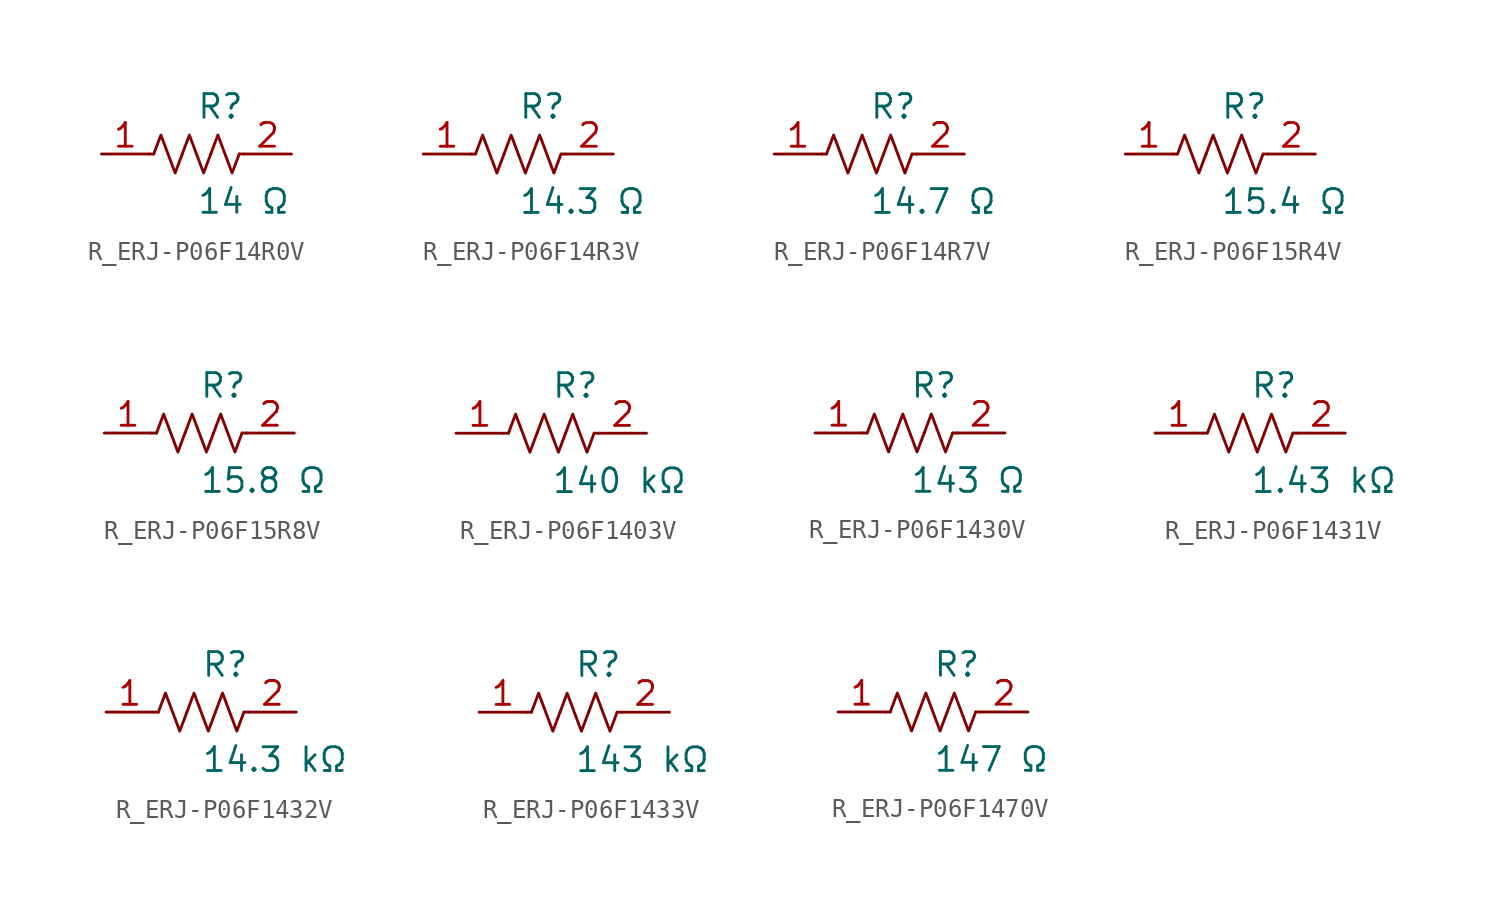
<source format=kicad_sym>
(kicad_symbol_lib
  (version 20231120)
  (generator kicad_symbol_editor)
  (generator_version 8.0)
  (symbol "R_ERJ-P06F14R0V"
    (pin_names
      (offset 0.254))
    (property "Reference" "R"
      (at 0.0 2.54 0)
      (effects (font (size 1.27 1.27)) (justify left)))
    (property "Value" "14 Ω"
      (at 0.0 -2.54 0)
      (effects (font (size 1.27 1.27)) (justify left)))
    (symbol "R_ERJ-P06F14R0V_0_1"
      (polyline (pts (xy 2.286 0) (xy 2.54 0)) (stroke (width 0) (type default)) (fill (type none)))
      (polyline (pts (xy -2.286 0) (xy -2.54 0)) (stroke (width 0) (type default)) (fill (type none)))
      (polyline (pts (xy 0.762 0) (xy 1.143 1.016) (xy 1.524 0) (xy 1.905 -1.016) (xy 2.286 0)) (stroke (width 0) (type default)) (fill (type none)))
      (polyline (pts (xy -0.762 0) (xy -0.381 1.016) (xy 0 0) (xy 0.381 -1.016) (xy 0.762 0)) (stroke (width 0) (type default)) (fill (type none)))
      (polyline (pts (xy -2.286 0) (xy -1.905 1.016) (xy -1.524 0) (xy -1.143 -1.016) (xy -0.762 0)) (stroke (width 0) (type default)) (fill (type none))))
    (pin unspecified line
      (at -5.08 0 0)
      (length 2.54)
      (name "" (effects (font (size 1.27 1.27))))
      (number "1" (effects (font (size 1.27 1.27)))))
    (pin unspecified line
      (at 5.08 0 180)
      (length 2.54)
      (name "" (effects (font (size 1.27 1.27))))
      (number "2" (effects (font (size 1.27 1.27))))))
  (symbol "R_ERJ-P06F14R3V"
    (pin_names
      (offset 0.254))
    (property "Reference" "R"
      (at 0.0 2.54 0)
      (effects (font (size 1.27 1.27)) (justify left)))
    (property "Value" "14.3 Ω"
      (at 0.0 -2.54 0)
      (effects (font (size 1.27 1.27)) (justify left)))
    (symbol "R_ERJ-P06F14R3V_0_1"
      (polyline (pts (xy 2.286 0) (xy 2.54 0)) (stroke (width 0) (type default)) (fill (type none)))
      (polyline (pts (xy -2.286 0) (xy -2.54 0)) (stroke (width 0) (type default)) (fill (type none)))
      (polyline (pts (xy 0.762 0) (xy 1.143 1.016) (xy 1.524 0) (xy 1.905 -1.016) (xy 2.286 0)) (stroke (width 0) (type default)) (fill (type none)))
      (polyline (pts (xy -0.762 0) (xy -0.381 1.016) (xy 0 0) (xy 0.381 -1.016) (xy 0.762 0)) (stroke (width 0) (type default)) (fill (type none)))
      (polyline (pts (xy -2.286 0) (xy -1.905 1.016) (xy -1.524 0) (xy -1.143 -1.016) (xy -0.762 0)) (stroke (width 0) (type default)) (fill (type none))))
    (pin unspecified line
      (at -5.08 0 0)
      (length 2.54)
      (name "" (effects (font (size 1.27 1.27))))
      (number "1" (effects (font (size 1.27 1.27)))))
    (pin unspecified line
      (at 5.08 0 180)
      (length 2.54)
      (name "" (effects (font (size 1.27 1.27))))
      (number "2" (effects (font (size 1.27 1.27))))))
  (symbol "R_ERJ-P06F14R7V"
    (pin_names
      (offset 0.254))
    (property "Reference" "R"
      (at 0.0 2.54 0)
      (effects (font (size 1.27 1.27)) (justify left)))
    (property "Value" "14.7 Ω"
      (at 0.0 -2.54 0)
      (effects (font (size 1.27 1.27)) (justify left)))
    (symbol "R_ERJ-P06F14R7V_0_1"
      (polyline (pts (xy 2.286 0) (xy 2.54 0)) (stroke (width 0) (type default)) (fill (type none)))
      (polyline (pts (xy -2.286 0) (xy -2.54 0)) (stroke (width 0) (type default)) (fill (type none)))
      (polyline (pts (xy 0.762 0) (xy 1.143 1.016) (xy 1.524 0) (xy 1.905 -1.016) (xy 2.286 0)) (stroke (width 0) (type default)) (fill (type none)))
      (polyline (pts (xy -0.762 0) (xy -0.381 1.016) (xy 0 0) (xy 0.381 -1.016) (xy 0.762 0)) (stroke (width 0) (type default)) (fill (type none)))
      (polyline (pts (xy -2.286 0) (xy -1.905 1.016) (xy -1.524 0) (xy -1.143 -1.016) (xy -0.762 0)) (stroke (width 0) (type default)) (fill (type none))))
    (pin unspecified line
      (at -5.08 0 0)
      (length 2.54)
      (name "" (effects (font (size 1.27 1.27))))
      (number "1" (effects (font (size 1.27 1.27)))))
    (pin unspecified line
      (at 5.08 0 180)
      (length 2.54)
      (name "" (effects (font (size 1.27 1.27))))
      (number "2" (effects (font (size 1.27 1.27))))))
  (symbol "R_ERJ-P06F15R4V"
    (pin_names
      (offset 0.254))
    (property "Reference" "R"
      (at 0.0 2.54 0)
      (effects (font (size 1.27 1.27)) (justify left)))
    (property "Value" "15.4 Ω"
      (at 0.0 -2.54 0)
      (effects (font (size 1.27 1.27)) (justify left)))
    (symbol "R_ERJ-P06F15R4V_0_1"
      (polyline (pts (xy 2.286 0) (xy 2.54 0)) (stroke (width 0) (type default)) (fill (type none)))
      (polyline (pts (xy -2.286 0) (xy -2.54 0)) (stroke (width 0) (type default)) (fill (type none)))
      (polyline (pts (xy 0.762 0) (xy 1.143 1.016) (xy 1.524 0) (xy 1.905 -1.016) (xy 2.286 0)) (stroke (width 0) (type default)) (fill (type none)))
      (polyline (pts (xy -0.762 0) (xy -0.381 1.016) (xy 0 0) (xy 0.381 -1.016) (xy 0.762 0)) (stroke (width 0) (type default)) (fill (type none)))
      (polyline (pts (xy -2.286 0) (xy -1.905 1.016) (xy -1.524 0) (xy -1.143 -1.016) (xy -0.762 0)) (stroke (width 0) (type default)) (fill (type none))))
    (pin unspecified line
      (at -5.08 0 0)
      (length 2.54)
      (name "" (effects (font (size 1.27 1.27))))
      (number "1" (effects (font (size 1.27 1.27)))))
    (pin unspecified line
      (at 5.08 0 180)
      (length 2.54)
      (name "" (effects (font (size 1.27 1.27))))
      (number "2" (effects (font (size 1.27 1.27))))))
  (symbol "R_ERJ-P06F15R8V"
    (pin_names
      (offset 0.254))
    (property "Reference" "R"
      (at 0.0 2.54 0)
      (effects (font (size 1.27 1.27)) (justify left)))
    (property "Value" "15.8 Ω"
      (at 0.0 -2.54 0)
      (effects (font (size 1.27 1.27)) (justify left)))
    (symbol "R_ERJ-P06F15R8V_0_1"
      (polyline (pts (xy 2.286 0) (xy 2.54 0)) (stroke (width 0) (type default)) (fill (type none)))
      (polyline (pts (xy -2.286 0) (xy -2.54 0)) (stroke (width 0) (type default)) (fill (type none)))
      (polyline (pts (xy 0.762 0) (xy 1.143 1.016) (xy 1.524 0) (xy 1.905 -1.016) (xy 2.286 0)) (stroke (width 0) (type default)) (fill (type none)))
      (polyline (pts (xy -0.762 0) (xy -0.381 1.016) (xy 0 0) (xy 0.381 -1.016) (xy 0.762 0)) (stroke (width 0) (type default)) (fill (type none)))
      (polyline (pts (xy -2.286 0) (xy -1.905 1.016) (xy -1.524 0) (xy -1.143 -1.016) (xy -0.762 0)) (stroke (width 0) (type default)) (fill (type none))))
    (pin unspecified line
      (at -5.08 0 0)
      (length 2.54)
      (name "" (effects (font (size 1.27 1.27))))
      (number "1" (effects (font (size 1.27 1.27)))))
    (pin unspecified line
      (at 5.08 0 180)
      (length 2.54)
      (name "" (effects (font (size 1.27 1.27))))
      (number "2" (effects (font (size 1.27 1.27))))))
  (symbol "R_ERJ-P06F1403V"
    (pin_names
      (offset 0.254))
    (property "Reference" "R"
      (at 0.0 2.54 0)
      (effects (font (size 1.27 1.27)) (justify left)))
    (property "Value" "140 kΩ"
      (at 0.0 -2.54 0)
      (effects (font (size 1.27 1.27)) (justify left)))
    (symbol "R_ERJ-P06F1403V_0_1"
      (polyline (pts (xy 2.286 0) (xy 2.54 0)) (stroke (width 0) (type default)) (fill (type none)))
      (polyline (pts (xy -2.286 0) (xy -2.54 0)) (stroke (width 0) (type default)) (fill (type none)))
      (polyline (pts (xy 0.762 0) (xy 1.143 1.016) (xy 1.524 0) (xy 1.905 -1.016) (xy 2.286 0)) (stroke (width 0) (type default)) (fill (type none)))
      (polyline (pts (xy -0.762 0) (xy -0.381 1.016) (xy 0 0) (xy 0.381 -1.016) (xy 0.762 0)) (stroke (width 0) (type default)) (fill (type none)))
      (polyline (pts (xy -2.286 0) (xy -1.905 1.016) (xy -1.524 0) (xy -1.143 -1.016) (xy -0.762 0)) (stroke (width 0) (type default)) (fill (type none))))
    (pin unspecified line
      (at -5.08 0 0)
      (length 2.54)
      (name "" (effects (font (size 1.27 1.27))))
      (number "1" (effects (font (size 1.27 1.27)))))
    (pin unspecified line
      (at 5.08 0 180)
      (length 2.54)
      (name "" (effects (font (size 1.27 1.27))))
      (number "2" (effects (font (size 1.27 1.27))))))
  (symbol "R_ERJ-P06F1430V"
    (pin_names
      (offset 0.254))
    (property "Reference" "R"
      (at 0.0 2.54 0)
      (effects (font (size 1.27 1.27)) (justify left)))
    (property "Value" "143 Ω"
      (at 0.0 -2.54 0)
      (effects (font (size 1.27 1.27)) (justify left)))
    (symbol "R_ERJ-P06F1430V_0_1"
      (polyline (pts (xy 2.286 0) (xy 2.54 0)) (stroke (width 0) (type default)) (fill (type none)))
      (polyline (pts (xy -2.286 0) (xy -2.54 0)) (stroke (width 0) (type default)) (fill (type none)))
      (polyline (pts (xy 0.762 0) (xy 1.143 1.016) (xy 1.524 0) (xy 1.905 -1.016) (xy 2.286 0)) (stroke (width 0) (type default)) (fill (type none)))
      (polyline (pts (xy -0.762 0) (xy -0.381 1.016) (xy 0 0) (xy 0.381 -1.016) (xy 0.762 0)) (stroke (width 0) (type default)) (fill (type none)))
      (polyline (pts (xy -2.286 0) (xy -1.905 1.016) (xy -1.524 0) (xy -1.143 -1.016) (xy -0.762 0)) (stroke (width 0) (type default)) (fill (type none))))
    (pin unspecified line
      (at -5.08 0 0)
      (length 2.54)
      (name "" (effects (font (size 1.27 1.27))))
      (number "1" (effects (font (size 1.27 1.27)))))
    (pin unspecified line
      (at 5.08 0 180)
      (length 2.54)
      (name "" (effects (font (size 1.27 1.27))))
      (number "2" (effects (font (size 1.27 1.27))))))
  (symbol "R_ERJ-P06F1431V"
    (pin_names
      (offset 0.254))
    (property "Reference" "R"
      (at 0.0 2.54 0)
      (effects (font (size 1.27 1.27)) (justify left)))
    (property "Value" "1.43 kΩ"
      (at 0.0 -2.54 0)
      (effects (font (size 1.27 1.27)) (justify left)))
    (symbol "R_ERJ-P06F1431V_0_1"
      (polyline (pts (xy 2.286 0) (xy 2.54 0)) (stroke (width 0) (type default)) (fill (type none)))
      (polyline (pts (xy -2.286 0) (xy -2.54 0)) (stroke (width 0) (type default)) (fill (type none)))
      (polyline (pts (xy 0.762 0) (xy 1.143 1.016) (xy 1.524 0) (xy 1.905 -1.016) (xy 2.286 0)) (stroke (width 0) (type default)) (fill (type none)))
      (polyline (pts (xy -0.762 0) (xy -0.381 1.016) (xy 0 0) (xy 0.381 -1.016) (xy 0.762 0)) (stroke (width 0) (type default)) (fill (type none)))
      (polyline (pts (xy -2.286 0) (xy -1.905 1.016) (xy -1.524 0) (xy -1.143 -1.016) (xy -0.762 0)) (stroke (width 0) (type default)) (fill (type none))))
    (pin unspecified line
      (at -5.08 0 0)
      (length 2.54)
      (name "" (effects (font (size 1.27 1.27))))
      (number "1" (effects (font (size 1.27 1.27)))))
    (pin unspecified line
      (at 5.08 0 180)
      (length 2.54)
      (name "" (effects (font (size 1.27 1.27))))
      (number "2" (effects (font (size 1.27 1.27))))))
  (symbol "R_ERJ-P06F1432V"
    (pin_names
      (offset 0.254))
    (property "Reference" "R"
      (at 0.0 2.54 0)
      (effects (font (size 1.27 1.27)) (justify left)))
    (property "Value" "14.3 kΩ"
      (at 0.0 -2.54 0)
      (effects (font (size 1.27 1.27)) (justify left)))
    (symbol "R_ERJ-P06F1432V_0_1"
      (polyline (pts (xy 2.286 0) (xy 2.54 0)) (stroke (width 0) (type default)) (fill (type none)))
      (polyline (pts (xy -2.286 0) (xy -2.54 0)) (stroke (width 0) (type default)) (fill (type none)))
      (polyline (pts (xy 0.762 0) (xy 1.143 1.016) (xy 1.524 0) (xy 1.905 -1.016) (xy 2.286 0)) (stroke (width 0) (type default)) (fill (type none)))
      (polyline (pts (xy -0.762 0) (xy -0.381 1.016) (xy 0 0) (xy 0.381 -1.016) (xy 0.762 0)) (stroke (width 0) (type default)) (fill (type none)))
      (polyline (pts (xy -2.286 0) (xy -1.905 1.016) (xy -1.524 0) (xy -1.143 -1.016) (xy -0.762 0)) (stroke (width 0) (type default)) (fill (type none))))
    (pin unspecified line
      (at -5.08 0 0)
      (length 2.54)
      (name "" (effects (font (size 1.27 1.27))))
      (number "1" (effects (font (size 1.27 1.27)))))
    (pin unspecified line
      (at 5.08 0 180)
      (length 2.54)
      (name "" (effects (font (size 1.27 1.27))))
      (number "2" (effects (font (size 1.27 1.27))))))
  (symbol "R_ERJ-P06F1433V"
    (pin_names
      (offset 0.254))
    (property "Reference" "R"
      (at 0.0 2.54 0)
      (effects (font (size 1.27 1.27)) (justify left)))
    (property "Value" "143 kΩ"
      (at 0.0 -2.54 0)
      (effects (font (size 1.27 1.27)) (justify left)))
    (symbol "R_ERJ-P06F1433V_0_1"
      (polyline (pts (xy 2.286 0) (xy 2.54 0)) (stroke (width 0) (type default)) (fill (type none)))
      (polyline (pts (xy -2.286 0) (xy -2.54 0)) (stroke (width 0) (type default)) (fill (type none)))
      (polyline (pts (xy 0.762 0) (xy 1.143 1.016) (xy 1.524 0) (xy 1.905 -1.016) (xy 2.286 0)) (stroke (width 0) (type default)) (fill (type none)))
      (polyline (pts (xy -0.762 0) (xy -0.381 1.016) (xy 0 0) (xy 0.381 -1.016) (xy 0.762 0)) (stroke (width 0) (type default)) (fill (type none)))
      (polyline (pts (xy -2.286 0) (xy -1.905 1.016) (xy -1.524 0) (xy -1.143 -1.016) (xy -0.762 0)) (stroke (width 0) (type default)) (fill (type none))))
    (pin unspecified line
      (at -5.08 0 0)
      (length 2.54)
      (name "" (effects (font (size 1.27 1.27))))
      (number "1" (effects (font (size 1.27 1.27)))))
    (pin unspecified line
      (at 5.08 0 180)
      (length 2.54)
      (name "" (effects (font (size 1.27 1.27))))
      (number "2" (effects (font (size 1.27 1.27))))))
  (symbol "R_ERJ-P06F1470V"
    (pin_names
      (offset 0.254))
    (property "Reference" "R"
      (at 0.0 2.54 0)
      (effects (font (size 1.27 1.27)) (justify left)))
    (property "Value" "147 Ω"
      (at 0.0 -2.54 0)
      (effects (font (size 1.27 1.27)) (justify left)))
    (symbol "R_ERJ-P06F1470V_0_1"
      (polyline (pts (xy 2.286 0) (xy 2.54 0)) (stroke (width 0) (type default)) (fill (type none)))
      (polyline (pts (xy -2.286 0) (xy -2.54 0)) (stroke (width 0) (type default)) (fill (type none)))
      (polyline (pts (xy 0.762 0) (xy 1.143 1.016) (xy 1.524 0) (xy 1.905 -1.016) (xy 2.286 0)) (stroke (width 0) (type default)) (fill (type none)))
      (polyline (pts (xy -0.762 0) (xy -0.381 1.016) (xy 0 0) (xy 0.381 -1.016) (xy 0.762 0)) (stroke (width 0) (type default)) (fill (type none)))
      (polyline (pts (xy -2.286 0) (xy -1.905 1.016) (xy -1.524 0) (xy -1.143 -1.016) (xy -0.762 0)) (stroke (width 0) (type default)) (fill (type none))))
    (pin unspecified line
      (at -5.08 0 0)
      (length 2.54)
      (name "" (effects (font (size 1.27 1.27))))
      (number "1" (effects (font (size 1.27 1.27)))))
    (pin unspecified line
      (at 5.08 0 180)
      (length 2.54)
      (name "" (effects (font (size 1.27 1.27))))
      (number "2" (effects (font (size 1.27 1.27)))))))
</source>
